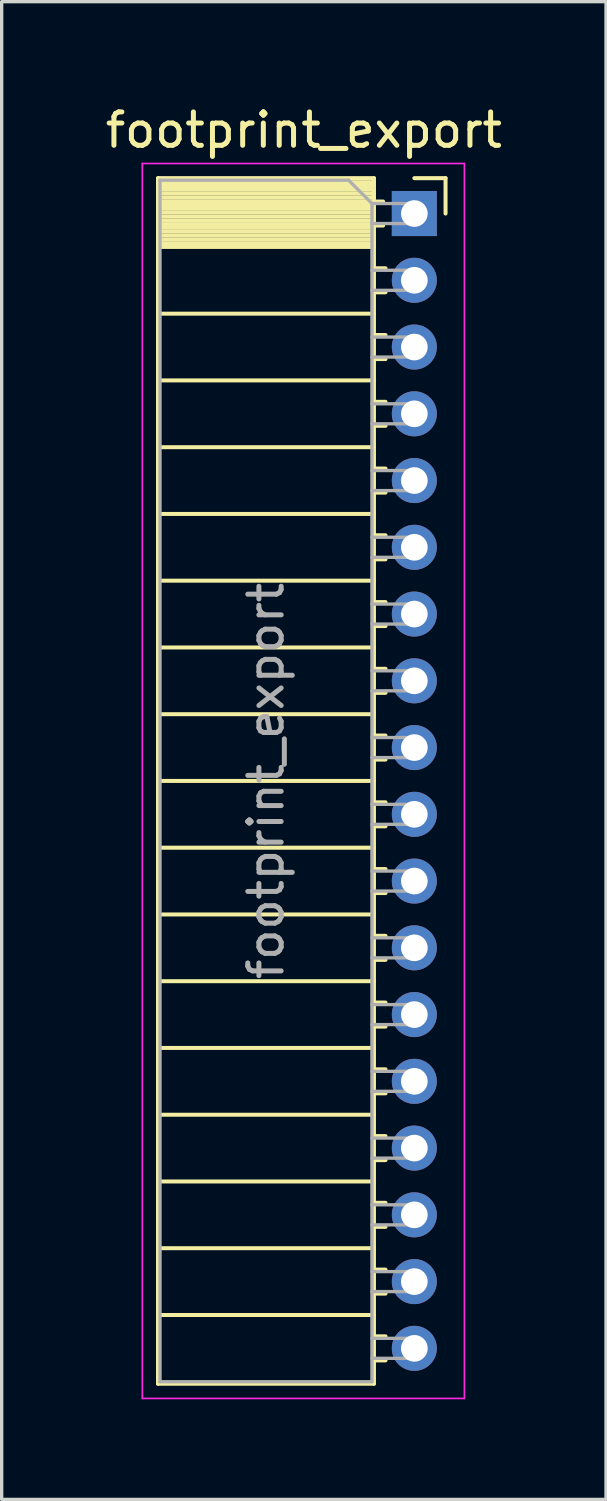
<source format=kicad_pcb>
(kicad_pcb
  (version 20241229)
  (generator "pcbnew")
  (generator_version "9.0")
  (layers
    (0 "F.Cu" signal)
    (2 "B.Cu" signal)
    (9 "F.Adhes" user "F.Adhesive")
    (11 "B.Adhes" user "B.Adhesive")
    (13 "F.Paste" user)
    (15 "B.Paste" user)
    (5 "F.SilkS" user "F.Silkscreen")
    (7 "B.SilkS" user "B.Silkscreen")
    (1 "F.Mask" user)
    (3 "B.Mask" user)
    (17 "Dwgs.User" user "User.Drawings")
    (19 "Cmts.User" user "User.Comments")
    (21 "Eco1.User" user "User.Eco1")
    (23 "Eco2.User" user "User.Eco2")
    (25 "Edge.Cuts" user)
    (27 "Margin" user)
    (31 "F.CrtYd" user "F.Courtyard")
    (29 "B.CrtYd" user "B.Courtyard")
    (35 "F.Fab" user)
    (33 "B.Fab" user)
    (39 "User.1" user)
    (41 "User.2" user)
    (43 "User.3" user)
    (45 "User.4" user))
  (footprint "footprint_export"
    (layer "F.Cu")
    (at 9.364 3.348)
    (property "Reference" "footprint_export" (at -3.31 -2.5 0) (layer "F.SilkS") (effects (font (size 1 1) (thickness 0.15))))
    (attr through_hole)
    (fp_line (start -7.68 -1.06) (end -7.68 35.06) (stroke (width 0.12) (type solid)) (layer "F.SilkS"))
    (fp_line (start -7.68 -1.06) (end -1.21 -1.06) (stroke (width 0.12) (type solid)) (layer "F.SilkS"))
    (fp_line (start -7.68 -0.94) (end -1.21 -0.94) (stroke (width 0.12) (type solid)) (layer "F.SilkS"))
    (fp_line (start -7.68 -0.826) (end -1.21 -0.826) (stroke (width 0.12) (type solid)) (layer "F.SilkS"))
    (fp_line (start -7.68 -0.712) (end -1.21 -0.712) (stroke (width 0.12) (type solid)) (layer "F.SilkS"))
    (fp_line (start -7.68 -0.598) (end -1.21 -0.598) (stroke (width 0.12) (type solid)) (layer "F.SilkS"))
    (fp_line (start -7.68 -0.484) (end -1.21 -0.484) (stroke (width 0.12) (type solid)) (layer "F.SilkS"))
    (fp_line (start -7.68 -0.369) (end -1.21 -0.369) (stroke (width 0.12) (type solid)) (layer "F.SilkS"))
    (fp_line (start -7.68 -0.255) (end -1.21 -0.255) (stroke (width 0.12) (type solid)) (layer "F.SilkS"))
    (fp_line (start -7.68 -0.141) (end -1.21 -0.141) (stroke (width 0.12) (type solid)) (layer "F.SilkS"))
    (fp_line (start -7.68 -0.027) (end -1.21 -0.027) (stroke (width 0.12) (type solid)) (layer "F.SilkS"))
    (fp_line (start -7.68 0.087) (end -1.21 0.087) (stroke (width 0.12) (type solid)) (layer "F.SilkS"))
    (fp_line (start -7.68 0.201) (end -1.21 0.201) (stroke (width 0.12) (type solid)) (layer "F.SilkS"))
    (fp_line (start -7.68 0.315) (end -1.21 0.315) (stroke (width 0.12) (type solid)) (layer "F.SilkS"))
    (fp_line (start -7.68 0.429) (end -1.21 0.429) (stroke (width 0.12) (type solid)) (layer "F.SilkS"))
    (fp_line (start -7.68 0.544) (end -1.21 0.544) (stroke (width 0.12) (type solid)) (layer "F.SilkS"))
    (fp_line (start -7.68 0.658) (end -1.21 0.658) (stroke (width 0.12) (type solid)) (layer "F.SilkS"))
    (fp_line (start -7.68 0.772) (end -1.21 0.772) (stroke (width 0.12) (type solid)) (layer "F.SilkS"))
    (fp_line (start -7.68 0.886) (end -1.21 0.886) (stroke (width 0.12) (type solid)) (layer "F.SilkS"))
    (fp_line (start -7.68 1) (end -1.21 1) (stroke (width 0.12) (type solid)) (layer "F.SilkS"))
    (fp_line (start -7.68 3) (end -1.21 3) (stroke (width 0.12) (type solid)) (layer "F.SilkS"))
    (fp_line (start -7.68 5) (end -1.21 5) (stroke (width 0.12) (type solid)) (layer "F.SilkS"))
    (fp_line (start -7.68 7) (end -1.21 7) (stroke (width 0.12) (type solid)) (layer "F.SilkS"))
    (fp_line (start -7.68 9) (end -1.21 9) (stroke (width 0.12) (type solid)) (layer "F.SilkS"))
    (fp_line (start -7.68 11) (end -1.21 11) (stroke (width 0.12) (type solid)) (layer "F.SilkS"))
    (fp_line (start -7.68 13) (end -1.21 13) (stroke (width 0.12) (type solid)) (layer "F.SilkS"))
    (fp_line (start -7.68 15) (end -1.21 15) (stroke (width 0.12) (type solid)) (layer "F.SilkS"))
    (fp_line (start -7.68 17) (end -1.21 17) (stroke (width 0.12) (type solid)) (layer "F.SilkS"))
    (fp_line (start -7.68 19) (end -1.21 19) (stroke (width 0.12) (type solid)) (layer "F.SilkS"))
    (fp_line (start -7.68 21) (end -1.21 21) (stroke (width 0.12) (type solid)) (layer "F.SilkS"))
    (fp_line (start -7.68 23) (end -1.21 23) (stroke (width 0.12) (type solid)) (layer "F.SilkS"))
    (fp_line (start -7.68 25) (end -1.21 25) (stroke (width 0.12) (type solid)) (layer "F.SilkS"))
    (fp_line (start -7.68 27) (end -1.21 27) (stroke (width 0.12) (type solid)) (layer "F.SilkS"))
    (fp_line (start -7.68 29) (end -1.21 29) (stroke (width 0.12) (type solid)) (layer "F.SilkS"))
    (fp_line (start -7.68 31) (end -1.21 31) (stroke (width 0.12) (type solid)) (layer "F.SilkS"))
    (fp_line (start -7.68 33) (end -1.21 33) (stroke (width 0.12) (type solid)) (layer "F.SilkS"))
    (fp_line (start -7.68 35.06) (end -1.21 35.06) (stroke (width 0.12) (type solid)) (layer "F.SilkS"))
    (fp_line (start -1.21 -1.06) (end -1.21 35.06) (stroke (width 0.12) (type solid)) (layer "F.SilkS"))
    (fp_line (start -1.21 -0.36) (end -0.935 -0.36) (stroke (width 0.12) (type solid)) (layer "F.SilkS"))
    (fp_line (start -1.21 0.36) (end -0.935 0.36) (stroke (width 0.12) (type solid)) (layer "F.SilkS"))
    (fp_line (start -1.21 1.64) (end -0.863 1.64) (stroke (width 0.12) (type solid)) (layer "F.SilkS"))
    (fp_line (start -1.21 2.36) (end -0.863 2.36) (stroke (width 0.12) (type solid)) (layer "F.SilkS"))
    (fp_line (start -1.21 3.64) (end -0.863 3.64) (stroke (width 0.12) (type solid)) (layer "F.SilkS"))
    (fp_line (start -1.21 4.36) (end -0.863 4.36) (stroke (width 0.12) (type solid)) (layer "F.SilkS"))
    (fp_line (start -1.21 5.64) (end -0.863 5.64) (stroke (width 0.12) (type solid)) (layer "F.SilkS"))
    (fp_line (start -1.21 6.36) (end -0.863 6.36) (stroke (width 0.12) (type solid)) (layer "F.SilkS"))
    (fp_line (start -1.21 7.64) (end -0.863 7.64) (stroke (width 0.12) (type solid)) (layer "F.SilkS"))
    (fp_line (start -1.21 8.36) (end -0.863 8.36) (stroke (width 0.12) (type solid)) (layer "F.SilkS"))
    (fp_line (start -1.21 9.64) (end -0.863 9.64) (stroke (width 0.12) (type solid)) (layer "F.SilkS"))
    (fp_line (start -1.21 10.36) (end -0.863 10.36) (stroke (width 0.12) (type solid)) (layer "F.SilkS"))
    (fp_line (start -1.21 11.64) (end -0.863 11.64) (stroke (width 0.12) (type solid)) (layer "F.SilkS"))
    (fp_line (start -1.21 12.36) (end -0.863 12.36) (stroke (width 0.12) (type solid)) (layer "F.SilkS"))
    (fp_line (start -1.21 13.64) (end -0.863 13.64) (stroke (width 0.12) (type solid)) (layer "F.SilkS"))
    (fp_line (start -1.21 14.36) (end -0.863 14.36) (stroke (width 0.12) (type solid)) (layer "F.SilkS"))
    (fp_line (start -1.21 15.64) (end -0.863 15.64) (stroke (width 0.12) (type solid)) (layer "F.SilkS"))
    (fp_line (start -1.21 16.36) (end -0.863 16.36) (stroke (width 0.12) (type solid)) (layer "F.SilkS"))
    (fp_line (start -1.21 17.64) (end -0.863 17.64) (stroke (width 0.12) (type solid)) (layer "F.SilkS"))
    (fp_line (start -1.21 18.36) (end -0.863 18.36) (stroke (width 0.12) (type solid)) (layer "F.SilkS"))
    (fp_line (start -1.21 19.64) (end -0.863 19.64) (stroke (width 0.12) (type solid)) (layer "F.SilkS"))
    (fp_line (start -1.21 20.36) (end -0.863 20.36) (stroke (width 0.12) (type solid)) (layer "F.SilkS"))
    (fp_line (start -1.21 21.64) (end -0.863 21.64) (stroke (width 0.12) (type solid)) (layer "F.SilkS"))
    (fp_line (start -1.21 22.36) (end -0.863 22.36) (stroke (width 0.12) (type solid)) (layer "F.SilkS"))
    (fp_line (start -1.21 23.64) (end -0.863 23.64) (stroke (width 0.12) (type solid)) (layer "F.SilkS"))
    (fp_line (start -1.21 24.36) (end -0.863 24.36) (stroke (width 0.12) (type solid)) (layer "F.SilkS"))
    (fp_line (start -1.21 25.64) (end -0.863 25.64) (stroke (width 0.12) (type solid)) (layer "F.SilkS"))
    (fp_line (start -1.21 26.36) (end -0.863 26.36) (stroke (width 0.12) (type solid)) (layer "F.SilkS"))
    (fp_line (start -1.21 27.64) (end -0.863 27.64) (stroke (width 0.12) (type solid)) (layer "F.SilkS"))
    (fp_line (start -1.21 28.36) (end -0.863 28.36) (stroke (width 0.12) (type solid)) (layer "F.SilkS"))
    (fp_line (start -1.21 29.64) (end -0.863 29.64) (stroke (width 0.12) (type solid)) (layer "F.SilkS"))
    (fp_line (start -1.21 30.36) (end -0.863 30.36) (stroke (width 0.12) (type solid)) (layer "F.SilkS"))
    (fp_line (start -1.21 31.64) (end -0.863 31.64) (stroke (width 0.12) (type solid)) (layer "F.SilkS"))
    (fp_line (start -1.21 32.36) (end -0.863 32.36) (stroke (width 0.12) (type solid)) (layer "F.SilkS"))
    (fp_line (start -1.21 33.64) (end -0.863 33.64) (stroke (width 0.12) (type solid)) (layer "F.SilkS"))
    (fp_line (start -1.21 34.36) (end -0.863 34.36) (stroke (width 0.12) (type solid)) (layer "F.SilkS"))
    (fp_line (start 0 -1.06) (end 0.935 -1.06) (stroke (width 0.12) (type solid)) (layer "F.SilkS"))
    (fp_line (start 0.935 -1.06) (end 0.935 0) (stroke (width 0.12) (type solid)) (layer "F.SilkS"))
    (fp_line (start -8.15 -1.5) (end -8.15 35.5) (stroke (width 0.05) (type solid)) (layer "F.CrtYd"))
    (fp_line (start -8.15 35.5) (end 1.5 35.5) (stroke (width 0.05) (type solid)) (layer "F.CrtYd"))
    (fp_line (start 1.5 -1.5) (end -8.15 -1.5) (stroke (width 0.05) (type solid)) (layer "F.CrtYd"))
    (fp_line (start 1.5 35.5) (end 1.5 -1.5) (stroke (width 0.05) (type solid)) (layer "F.CrtYd"))
    (fp_line (start -7.62 -1) (end -1.97 -1) (stroke (width 0.1) (type solid)) (layer "F.Fab"))
    (fp_line (start -7.62 35) (end -7.62 -1) (stroke (width 0.1) (type solid)) (layer "F.Fab"))
    (fp_line (start -1.97 -1) (end -1.27 -0.3) (stroke (width 0.1) (type solid)) (layer "F.Fab"))
    (fp_line (start -1.27 -0.3) (end -1.27 35) (stroke (width 0.1) (type solid)) (layer "F.Fab"))
    (fp_line (start -1.27 0.3) (end 0 0.3) (stroke (width 0.1) (type solid)) (layer "F.Fab"))
    (fp_line (start -1.27 2.3) (end 0 2.3) (stroke (width 0.1) (type solid)) (layer "F.Fab"))
    (fp_line (start -1.27 4.3) (end 0 4.3) (stroke (width 0.1) (type solid)) (layer "F.Fab"))
    (fp_line (start -1.27 6.3) (end 0 6.3) (stroke (width 0.1) (type solid)) (layer "F.Fab"))
    (fp_line (start -1.27 8.3) (end 0 8.3) (stroke (width 0.1) (type solid)) (layer "F.Fab"))
    (fp_line (start -1.27 10.3) (end 0 10.3) (stroke (width 0.1) (type solid)) (layer "F.Fab"))
    (fp_line (start -1.27 12.3) (end 0 12.3) (stroke (width 0.1) (type solid)) (layer "F.Fab"))
    (fp_line (start -1.27 14.3) (end 0 14.3) (stroke (width 0.1) (type solid)) (layer "F.Fab"))
    (fp_line (start -1.27 16.3) (end 0 16.3) (stroke (width 0.1) (type solid)) (layer "F.Fab"))
    (fp_line (start -1.27 18.3) (end 0 18.3) (stroke (width 0.1) (type solid)) (layer "F.Fab"))
    (fp_line (start -1.27 20.3) (end 0 20.3) (stroke (width 0.1) (type solid)) (layer "F.Fab"))
    (fp_line (start -1.27 22.3) (end 0 22.3) (stroke (width 0.1) (type solid)) (layer "F.Fab"))
    (fp_line (start -1.27 24.3) (end 0 24.3) (stroke (width 0.1) (type solid)) (layer "F.Fab"))
    (fp_line (start -1.27 26.3) (end 0 26.3) (stroke (width 0.1) (type solid)) (layer "F.Fab"))
    (fp_line (start -1.27 28.3) (end 0 28.3) (stroke (width 0.1) (type solid)) (layer "F.Fab"))
    (fp_line (start -1.27 30.3) (end 0 30.3) (stroke (width 0.1) (type solid)) (layer "F.Fab"))
    (fp_line (start -1.27 32.3) (end 0 32.3) (stroke (width 0.1) (type solid)) (layer "F.Fab"))
    (fp_line (start -1.27 34.3) (end 0 34.3) (stroke (width 0.1) (type solid)) (layer "F.Fab"))
    (fp_line (start -1.27 35) (end -7.62 35) (stroke (width 0.1) (type solid)) (layer "F.Fab"))
    (fp_line (start 0 -0.3) (end -1.27 -0.3) (stroke (width 0.1) (type solid)) (layer "F.Fab"))
    (fp_line (start 0 0.3) (end 0 -0.3) (stroke (width 0.1) (type solid)) (layer "F.Fab"))
    (fp_line (start 0 1.7) (end -1.27 1.7) (stroke (width 0.1) (type solid)) (layer "F.Fab"))
    (fp_line (start 0 2.3) (end 0 1.7) (stroke (width 0.1) (type solid)) (layer "F.Fab"))
    (fp_line (start 0 3.7) (end -1.27 3.7) (stroke (width 0.1) (type solid)) (layer "F.Fab"))
    (fp_line (start 0 4.3) (end 0 3.7) (stroke (width 0.1) (type solid)) (layer "F.Fab"))
    (fp_line (start 0 5.7) (end -1.27 5.7) (stroke (width 0.1) (type solid)) (layer "F.Fab"))
    (fp_line (start 0 6.3) (end 0 5.7) (stroke (width 0.1) (type solid)) (layer "F.Fab"))
    (fp_line (start 0 7.7) (end -1.27 7.7) (stroke (width 0.1) (type solid)) (layer "F.Fab"))
    (fp_line (start 0 8.3) (end 0 7.7) (stroke (width 0.1) (type solid)) (layer "F.Fab"))
    (fp_line (start 0 9.7) (end -1.27 9.7) (stroke (width 0.1) (type solid)) (layer "F.Fab"))
    (fp_line (start 0 10.3) (end 0 9.7) (stroke (width 0.1) (type solid)) (layer "F.Fab"))
    (fp_line (start 0 11.7) (end -1.27 11.7) (stroke (width 0.1) (type solid)) (layer "F.Fab"))
    (fp_line (start 0 12.3) (end 0 11.7) (stroke (width 0.1) (type solid)) (layer "F.Fab"))
    (fp_line (start 0 13.7) (end -1.27 13.7) (stroke (width 0.1) (type solid)) (layer "F.Fab"))
    (fp_line (start 0 14.3) (end 0 13.7) (stroke (width 0.1) (type solid)) (layer "F.Fab"))
    (fp_line (start 0 15.7) (end -1.27 15.7) (stroke (width 0.1) (type solid)) (layer "F.Fab"))
    (fp_line (start 0 16.3) (end 0 15.7) (stroke (width 0.1) (type solid)) (layer "F.Fab"))
    (fp_line (start 0 17.7) (end -1.27 17.7) (stroke (width 0.1) (type solid)) (layer "F.Fab"))
    (fp_line (start 0 18.3) (end 0 17.7) (stroke (width 0.1) (type solid)) (layer "F.Fab"))
    (fp_line (start 0 19.7) (end -1.27 19.7) (stroke (width 0.1) (type solid)) (layer "F.Fab"))
    (fp_line (start 0 20.3) (end 0 19.7) (stroke (width 0.1) (type solid)) (layer "F.Fab"))
    (fp_line (start 0 21.7) (end -1.27 21.7) (stroke (width 0.1) (type solid)) (layer "F.Fab"))
    (fp_line (start 0 22.3) (end 0 21.7) (stroke (width 0.1) (type solid)) (layer "F.Fab"))
    (fp_line (start 0 23.7) (end -1.27 23.7) (stroke (width 0.1) (type solid)) (layer "F.Fab"))
    (fp_line (start 0 24.3) (end 0 23.7) (stroke (width 0.1) (type solid)) (layer "F.Fab"))
    (fp_line (start 0 25.7) (end -1.27 25.7) (stroke (width 0.1) (type solid)) (layer "F.Fab"))
    (fp_line (start 0 26.3) (end 0 25.7) (stroke (width 0.1) (type solid)) (layer "F.Fab"))
    (fp_line (start 0 27.7) (end -1.27 27.7) (stroke (width 0.1) (type solid)) (layer "F.Fab"))
    (fp_line (start 0 28.3) (end 0 27.7) (stroke (width 0.1) (type solid)) (layer "F.Fab"))
    (fp_line (start 0 29.7) (end -1.27 29.7) (stroke (width 0.1) (type solid)) (layer "F.Fab"))
    (fp_line (start 0 30.3) (end 0 29.7) (stroke (width 0.1) (type solid)) (layer "F.Fab"))
    (fp_line (start 0 31.7) (end -1.27 31.7) (stroke (width 0.1) (type solid)) (layer "F.Fab"))
    (fp_line (start 0 32.3) (end 0 31.7) (stroke (width 0.1) (type solid)) (layer "F.Fab"))
    (fp_line (start 0 33.7) (end -1.27 33.7) (stroke (width 0.1) (type solid)) (layer "F.Fab"))
    (fp_line (start 0 34.3) (end 0 33.7) (stroke (width 0.1) (type solid)) (layer "F.Fab"))
    (fp_text user "${REFERENCE}" (at -4.445 17 90) (layer "F.Fab") (effects (font (size 1 1) (thickness 0.15))))
    (pad "1" thru_hole rect (at 0 0) (size 1.35 1.35) (drill 0.8) (layers "*.Cu" "*.Mask"))
    (pad "2" thru_hole oval (at 0 2) (size 1.35 1.35) (drill 0.8) (layers "*.Cu" "*.Mask"))
    (pad "3" thru_hole oval (at 0 4) (size 1.35 1.35) (drill 0.8) (layers "*.Cu" "*.Mask"))
    (pad "4" thru_hole oval (at 0 6) (size 1.35 1.35) (drill 0.8) (layers "*.Cu" "*.Mask"))
    (pad "5" thru_hole oval (at 0 8) (size 1.35 1.35) (drill 0.8) (layers "*.Cu" "*.Mask"))
    (pad "6" thru_hole oval (at 0 10) (size 1.35 1.35) (drill 0.8) (layers "*.Cu" "*.Mask"))
    (pad "7" thru_hole oval (at 0 12) (size 1.35 1.35) (drill 0.8) (layers "*.Cu" "*.Mask"))
    (pad "8" thru_hole oval (at 0 14) (size 1.35 1.35) (drill 0.8) (layers "*.Cu" "*.Mask"))
    (pad "9" thru_hole oval (at 0 16) (size 1.35 1.35) (drill 0.8) (layers "*.Cu" "*.Mask"))
    (pad "10" thru_hole oval (at 0 18) (size 1.35 1.35) (drill 0.8) (layers "*.Cu" "*.Mask"))
    (pad "11" thru_hole oval (at 0 20) (size 1.35 1.35) (drill 0.8) (layers "*.Cu" "*.Mask"))
    (pad "12" thru_hole oval (at 0 22) (size 1.35 1.35) (drill 0.8) (layers "*.Cu" "*.Mask"))
    (pad "13" thru_hole oval (at 0 24) (size 1.35 1.35) (drill 0.8) (layers "*.Cu" "*.Mask"))
    (pad "14" thru_hole oval (at 0 26) (size 1.35 1.35) (drill 0.8) (layers "*.Cu" "*.Mask"))
    (pad "15" thru_hole oval (at 0 28) (size 1.35 1.35) (drill 0.8) (layers "*.Cu" "*.Mask"))
    (pad "16" thru_hole oval (at 0 30) (size 1.35 1.35) (drill 0.8) (layers "*.Cu" "*.Mask"))
    (pad "17" thru_hole oval (at 0 32) (size 1.35 1.35) (drill 0.8) (layers "*.Cu" "*.Mask"))
    (pad "18" thru_hole oval (at 0 34) (size 1.35 1.35) (drill 0.8) (layers "*.Cu" "*.Mask")))
  (gr_rect
    (start -3 -3)
    (end 15.107 41.873)
    (stroke (width 0.1) (type default))
    (fill no)
    (layer "Edge.Cuts")))
</source>
